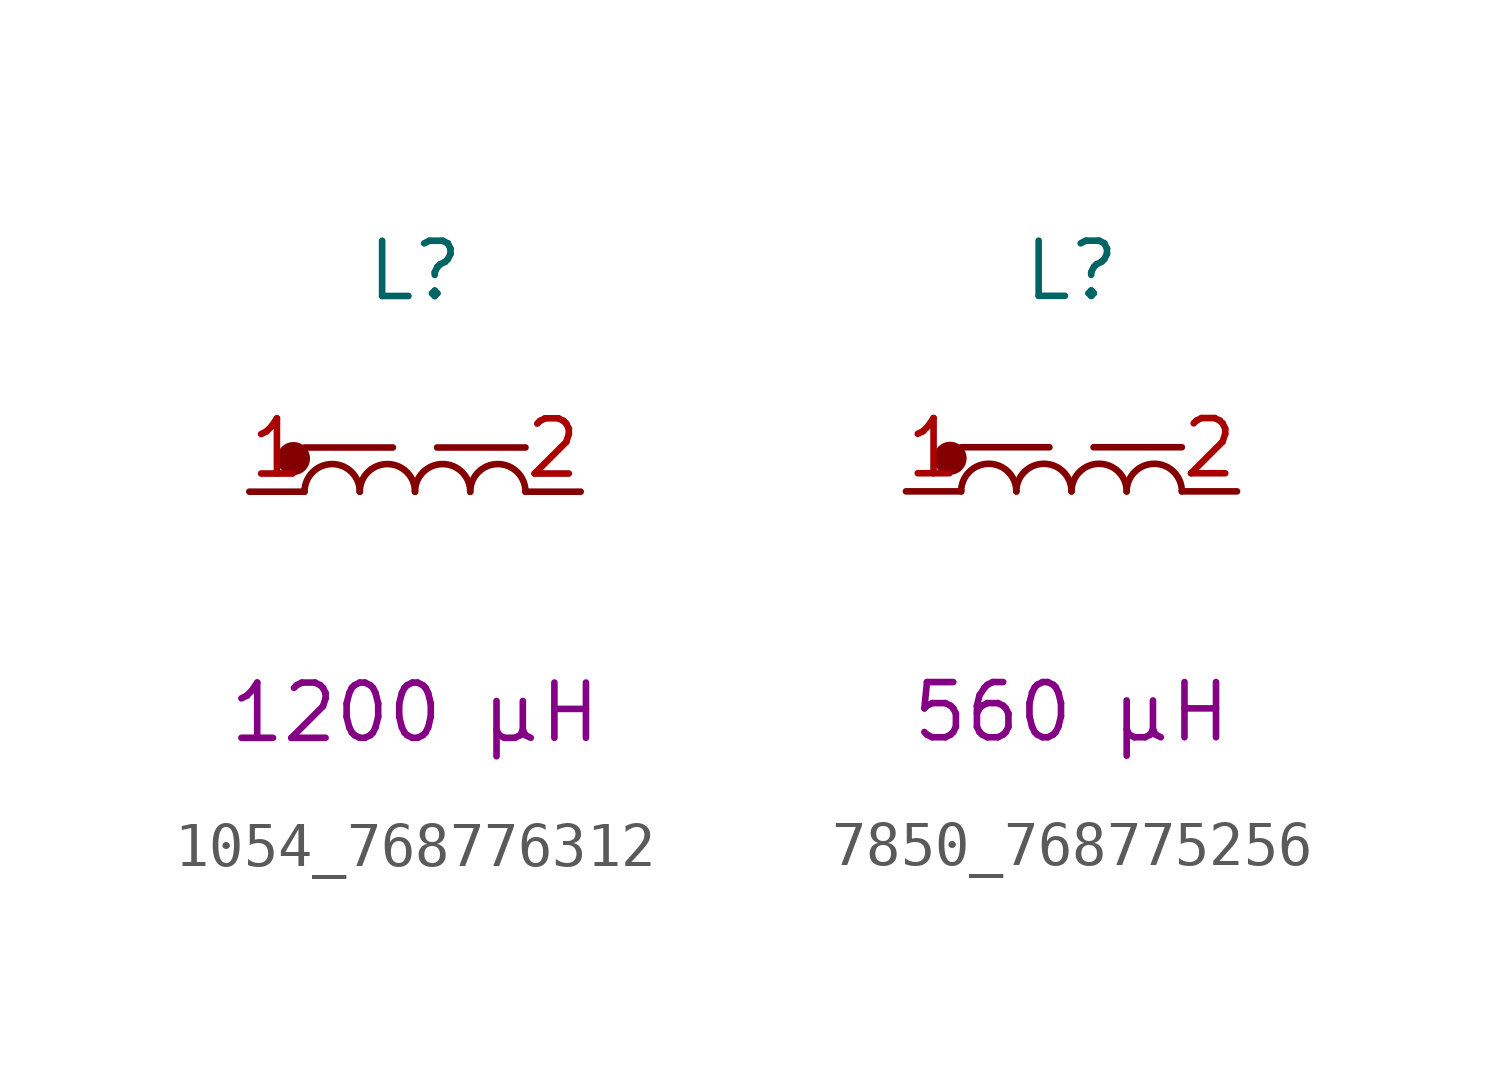
<source format=kicad_sym>
(kicad_symbol_lib
  (version 20220914)
  (generator kicad_symbol_editor)
  (symbol "1054_768776312"
    (pin_names hide)
    (property "Reference" "L"
      (at 0 5.08 0)
      (effects (font (size 1.27 1.27))))
    (property "Critical Parameter" "1200 µH"
      (at 0 -5.08 0)
      (effects (font (size 1.27 1.27))))
    (symbol "1054_768776312_0_1"
      (arc (start -1.27 0) (mid -1.905 0.6323) (end -2.54 0) (stroke (width 0) (type default)) (fill (type none)))
      (arc (start 0 0) (mid -0.635 0.6323) (end -1.27 0) (stroke (width 0) (type default)) (fill (type none)))
      (polyline (pts (xy -2.54 1.016) (xy -0.508 1.016)) (stroke (width 0) (type default)) (fill (type none)))
      (arc (start 1.27 0) (mid 0.635 0.6323) (end 0 0) (stroke (width 0) (type default)) (fill (type none)))
      (arc (start 2.54 0) (mid 1.905 0.6323) (end 1.27 0) (stroke (width 0) (type default)) (fill (type none))))
    (symbol "1054_768776312_1_1"
      (circle (center -2.794 0.762) (radius 0.0001) (stroke (width 0.381) (type default)) (fill (type none)))
      (polyline (pts (xy 2.54 1.016) (xy 0.508 1.016)) (stroke (width 0) (type default)) (fill (type none)))
      (pin passive line (at -3.81 0 0) (length 1.27) (name "1" (effects (font (size 1.27 1.27)))) (number "1" (effects (font (size 1.27 1.27)))))
      (pin passive line (at 3.81 0 180) (length 1.27) (name "2" (effects (font (size 1.27 1.27)))) (number "2" (effects (font (size 1.27 1.27)))))))
  (symbol "7850_768775256"
    (pin_names hide)
    (property "Reference" "L"
      (at 0 5.08 0)
      (effects (font (size 1.27 1.27))))
    (property "Critical Parameter" "560 µH"
      (at 0 -5.08 0)
      (effects (font (size 1.27 1.27))))
    (symbol "7850_768775256_0_1"
      (arc (start -1.27 0) (mid -1.905 0.6323) (end -2.54 0) (stroke (width 0) (type default)) (fill (type none)))
      (arc (start 0 0) (mid -0.635 0.6323) (end -1.27 0) (stroke (width 0) (type default)) (fill (type none)))
      (polyline (pts (xy -2.54 1.016) (xy -0.508 1.016)) (stroke (width 0) (type default)) (fill (type none)))
      (arc (start 1.27 0) (mid 0.635 0.6323) (end 0 0) (stroke (width 0) (type default)) (fill (type none)))
      (arc (start 2.54 0) (mid 1.905 0.6323) (end 1.27 0) (stroke (width 0) (type default)) (fill (type none))))
    (symbol "7850_768775256_1_1"
      (circle (center -2.794 0.762) (radius 0.0001) (stroke (width 0.381) (type default)) (fill (type none)))
      (polyline (pts (xy 2.54 1.016) (xy 0.508 1.016)) (stroke (width 0) (type default)) (fill (type none)))
      (pin passive line (at -3.81 0 0) (length 1.27) (name "1" (effects (font (size 1.27 1.27)))) (number "1" (effects (font (size 1.27 1.27)))))
      (pin passive line (at 3.81 0 180) (length 1.27) (name "2" (effects (font (size 1.27 1.27)))) (number "2" (effects (font (size 1.27 1.27))))))))
</source>
